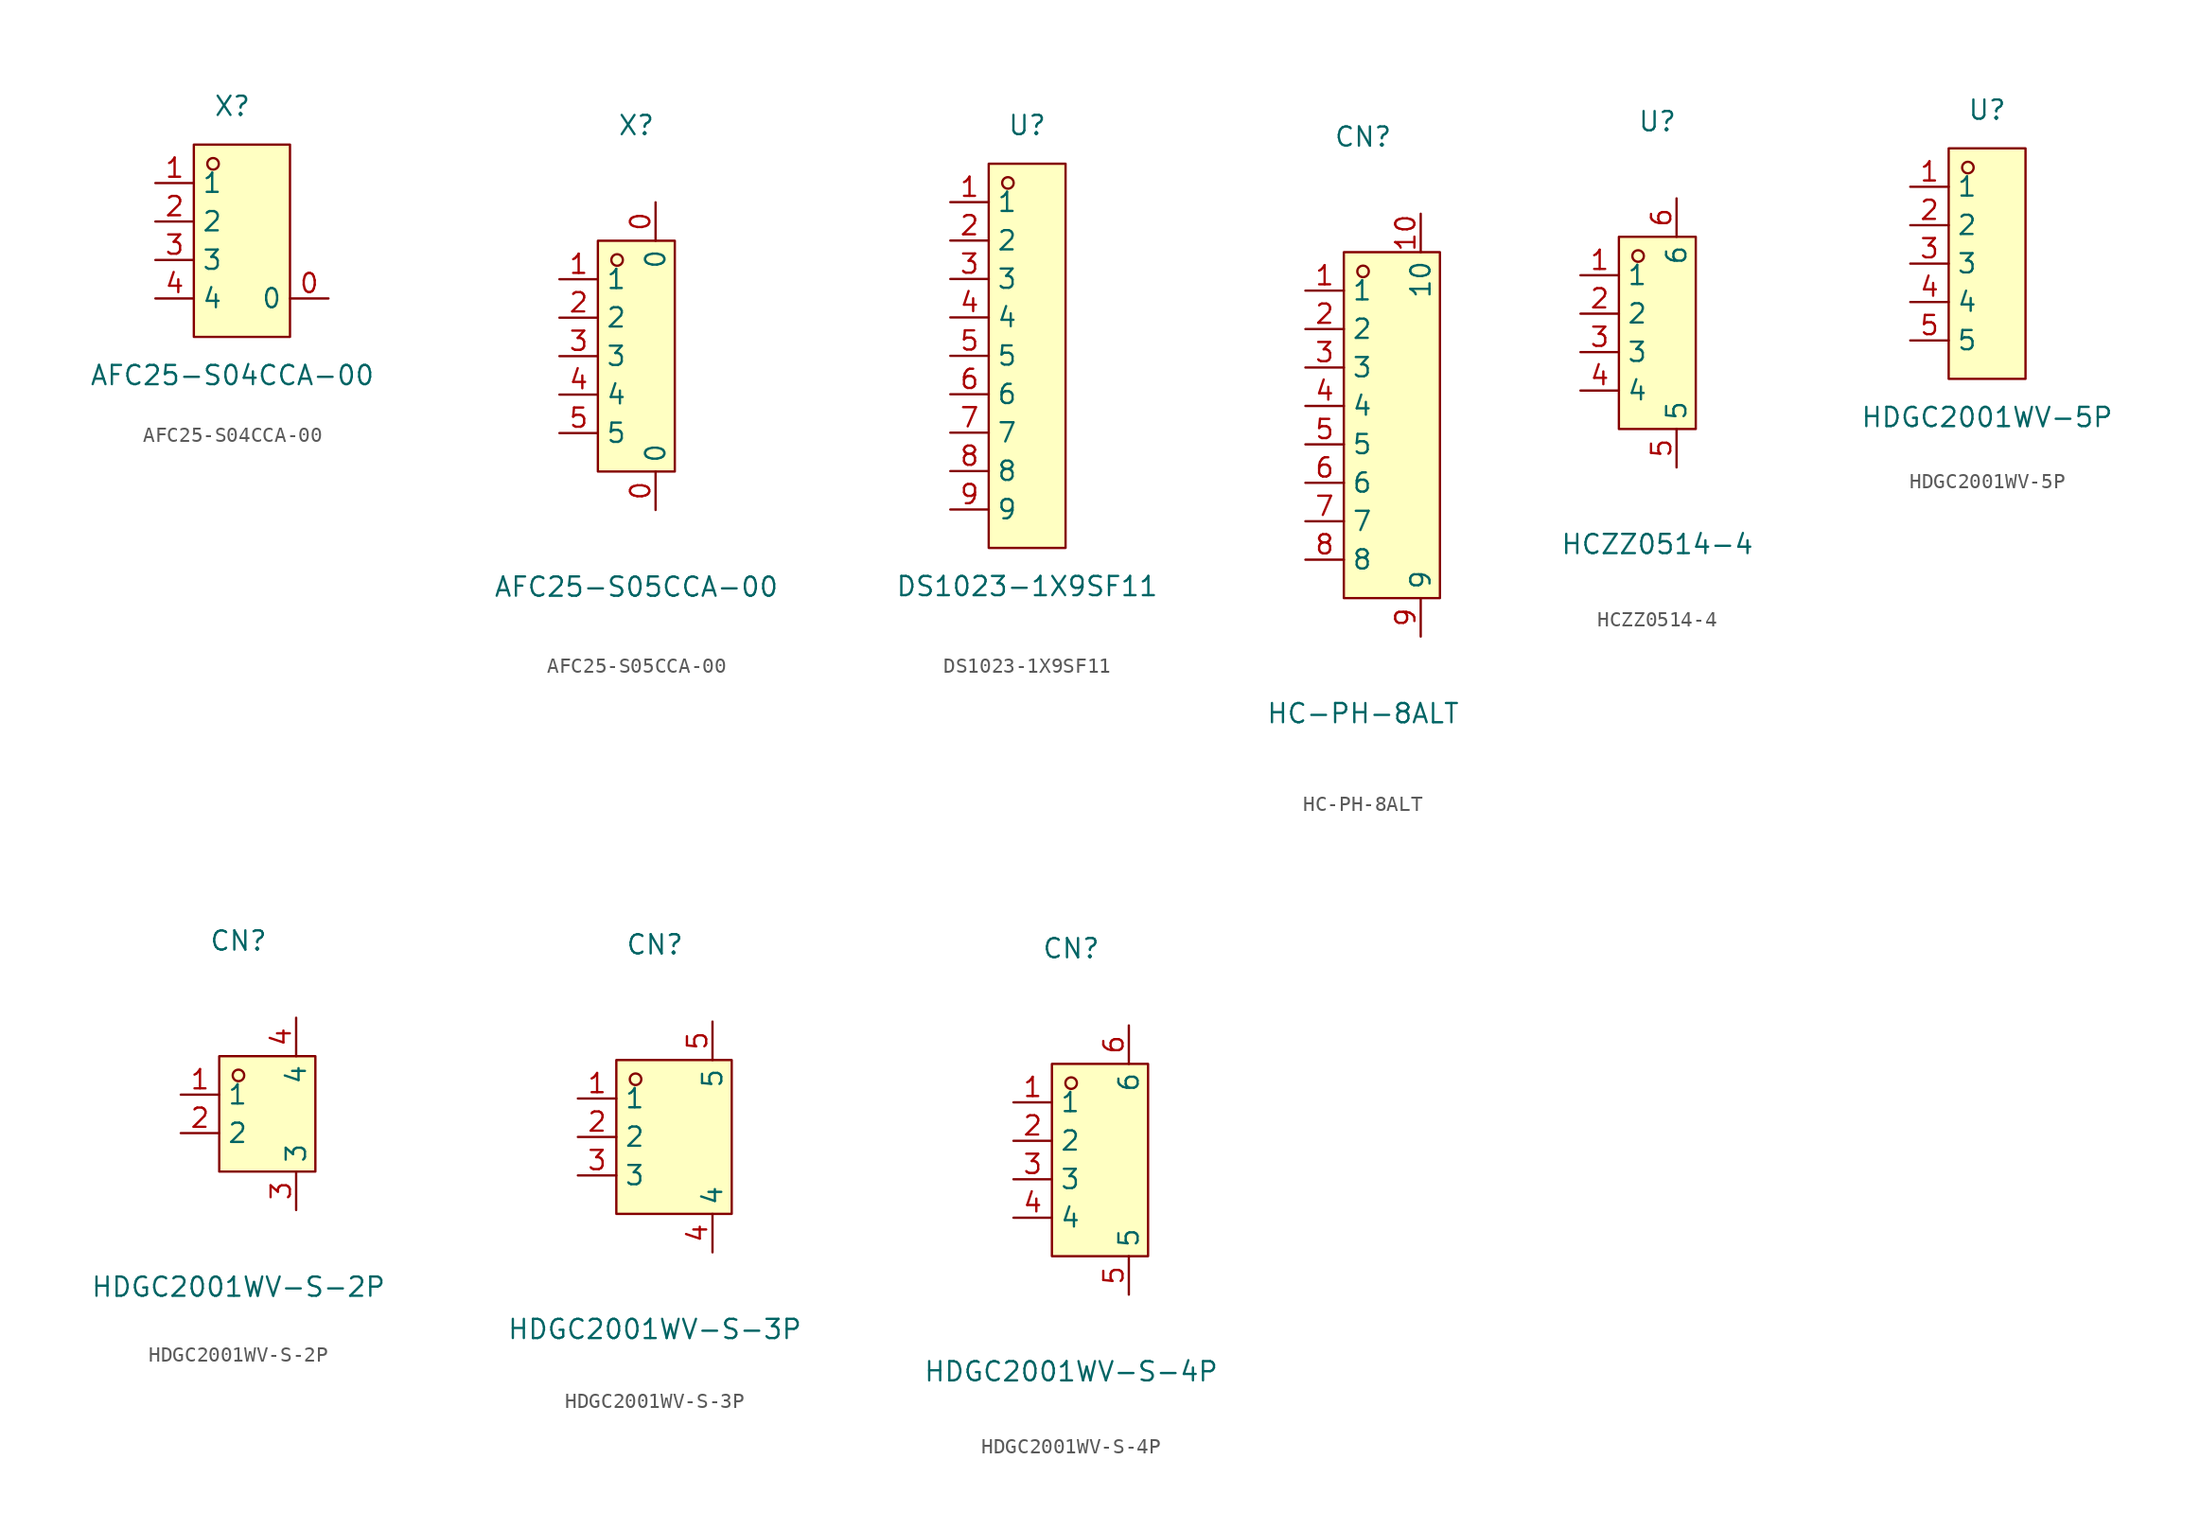
<source format=kicad_sym>
(kicad_symbol_lib
  (version 20231120)
  (generator "kicad_symbol_editor")
  (generator_version "8.0")
  (symbol "AFC25-S04CCA-00"
    (property "Reference" "X"
      (at 0 10.16 0)
      (effects (font (size 1.27 1.27))))
    (property "Value" "AFC25-S04CCA-00"
      (at 0 -7.62 0)
      (effects (font (size 1.27 1.27))))
    (symbol "AFC25-S04CCA-00_0_1"
      (rectangle (start -2.54 7.62) (end 3.81 -5.08) (stroke (width 0) (type default) (color 0 0 0 0)) (fill (type background)))
      (circle (center -1.27 6.35) (radius 0.38) (stroke (width 0) (type default) (color 0 0 0 0)) (fill (type none)))
      (pin unspecified line (at -5.08 5.08 0) (length 2.54) (name "1" (effects (font (size 1.27 1.27)))) (number "1" (effects (font (size 1.27 1.27)))))
      (pin unspecified line (at -5.08 2.54 0) (length 2.54) (name "2" (effects (font (size 1.27 1.27)))) (number "2" (effects (font (size 1.27 1.27)))))
      (pin unspecified line (at -5.08 -0.00 0) (length 2.54) (name "3" (effects (font (size 1.27 1.27)))) (number "3" (effects (font (size 1.27 1.27)))))
      (pin unspecified line (at -5.08 -2.54 0) (length 2.54) (name "4" (effects (font (size 1.27 1.27)))) (number "4" (effects (font (size 1.27 1.27)))))
      (pin unspecified line (at 6.35 -2.54 180) (length 2.54) (name "0" (effects (font (size 1.27 1.27)))) (number "0" (effects (font (size 1.27 1.27)))))))
  (symbol "AFC25-S05CCA-00"
    (property "Reference" "X"
      (at 0 15.24 0)
      (effects (font (size 1.27 1.27))))
    (property "Value" "AFC25-S05CCA-00"
      (at 0 -15.24 0)
      (effects (font (size 1.27 1.27))))
    (symbol "AFC25-S05CCA-00_0_1"
      (rectangle (start -2.54 7.62) (end 2.54 -7.62) (stroke (width 0) (type default)) (fill (type background)))
      (circle (center -1.27 6.35) (radius 0.38) (stroke (width 0) (type default)) (fill (type none)))
      (pin unspecified line (at 1.27 -10.16 90) (length 2.54) (name "0" (effects (font (size 1.27 1.27)))) (number "0" (effects (font (size 1.27 1.27)))))
      (pin unspecified line (at 1.27 10.16 270) (length 2.54) (name "0" (effects (font (size 1.27 1.27)))) (number "0" (effects (font (size 1.27 1.27)))))
      (pin unspecified line (at -5.08 5.08 0) (length 2.54) (name "1" (effects (font (size 1.27 1.27)))) (number "1" (effects (font (size 1.27 1.27)))))
      (pin unspecified line (at -5.08 2.54 0) (length 2.54) (name "2" (effects (font (size 1.27 1.27)))) (number "2" (effects (font (size 1.27 1.27)))))
      (pin unspecified line (at -5.08 0 0) (length 2.54) (name "3" (effects (font (size 1.27 1.27)))) (number "3" (effects (font (size 1.27 1.27)))))
      (pin unspecified line (at -5.08 -2.54 0) (length 2.54) (name "4" (effects (font (size 1.27 1.27)))) (number "4" (effects (font (size 1.27 1.27)))))
      (pin unspecified line (at -5.08 -5.08 0) (length 2.54) (name "5" (effects (font (size 1.27 1.27)))) (number "5" (effects (font (size 1.27 1.27)))))))
  (symbol "DS1023-1X9SF11"
    (property "Reference" "U"
      (at 0 15.24 0)
      (effects (font (size 1.27 1.27))))
    (property "Value" "DS1023-1X9SF11"
      (at 0 -15.24 0)
      (effects (font (size 1.27 1.27))))
    (symbol "DS1023-1X9SF11_0_1"
      (rectangle (start -2.54 12.70) (end 2.54 -12.70) (stroke (width 0) (type default) (color 0 0 0 0)) (fill (type background)))
      (circle (center -1.27 11.43) (radius 0.38) (stroke (width 0) (type default) (color 0 0 0 0)) (fill (type none)))
      (pin unspecified line (at -5.08 10.16 0) (length 2.54) (name "1" (effects (font (size 1.27 1.27)))) (number "1" (effects (font (size 1.27 1.27)))))
      (pin unspecified line (at -5.08 7.62 0) (length 2.54) (name "2" (effects (font (size 1.27 1.27)))) (number "2" (effects (font (size 1.27 1.27)))))
      (pin unspecified line (at -5.08 5.08 0) (length 2.54) (name "3" (effects (font (size 1.27 1.27)))) (number "3" (effects (font (size 1.27 1.27)))))
      (pin unspecified line (at -5.08 2.54 0) (length 2.54) (name "4" (effects (font (size 1.27 1.27)))) (number "4" (effects (font (size 1.27 1.27)))))
      (pin unspecified line (at -5.08 -0.00 0) (length 2.54) (name "5" (effects (font (size 1.27 1.27)))) (number "5" (effects (font (size 1.27 1.27)))))
      (pin unspecified line (at -5.08 -2.54 0) (length 2.54) (name "6" (effects (font (size 1.27 1.27)))) (number "6" (effects (font (size 1.27 1.27)))))
      (pin unspecified line (at -5.08 -5.08 0) (length 2.54) (name "7" (effects (font (size 1.27 1.27)))) (number "7" (effects (font (size 1.27 1.27)))))
      (pin unspecified line (at -5.08 -7.62 0) (length 2.54) (name "8" (effects (font (size 1.27 1.27)))) (number "8" (effects (font (size 1.27 1.27)))))
      (pin unspecified line (at -5.08 -10.16 0) (length 2.54) (name "9" (effects (font (size 1.27 1.27)))) (number "9" (effects (font (size 1.27 1.27)))))))
  (symbol "HC-PH-8ALT"
    (property "Reference" "CN"
      (at 0 19.05 0)
      (effects (font (size 1.27 1.27))))
    (property "Value" "HC-PH-8ALT"
      (at 0 -19.05 0)
      (effects (font (size 1.27 1.27))))
    (symbol "HC-PH-8ALT_0_1"
      (rectangle (start -1.27 11.43) (end 5.08 -11.43) (stroke (width 0) (type default)) (fill (type background)))
      (circle (center 0 10.16) (radius 0.38) (stroke (width 0) (type default)) (fill (type none)))
      (pin unspecified line (at -3.81 8.89 0) (length 2.54) (name "1" (effects (font (size 1.27 1.27)))) (number "1" (effects (font (size 1.27 1.27)))))
      (pin unspecified line (at 3.81 13.97 270) (length 2.54) (name "10" (effects (font (size 1.27 1.27)))) (number "10" (effects (font (size 1.27 1.27)))))
      (pin unspecified line (at -3.81 6.35 0) (length 2.54) (name "2" (effects (font (size 1.27 1.27)))) (number "2" (effects (font (size 1.27 1.27)))))
      (pin unspecified line (at -3.81 3.81 0) (length 2.54) (name "3" (effects (font (size 1.27 1.27)))) (number "3" (effects (font (size 1.27 1.27)))))
      (pin unspecified line (at -3.81 1.27 0) (length 2.54) (name "4" (effects (font (size 1.27 1.27)))) (number "4" (effects (font (size 1.27 1.27)))))
      (pin unspecified line (at -3.81 -1.27 0) (length 2.54) (name "5" (effects (font (size 1.27 1.27)))) (number "5" (effects (font (size 1.27 1.27)))))
      (pin unspecified line (at -3.81 -3.81 0) (length 2.54) (name "6" (effects (font (size 1.27 1.27)))) (number "6" (effects (font (size 1.27 1.27)))))
      (pin unspecified line (at -3.81 -6.35 0) (length 2.54) (name "7" (effects (font (size 1.27 1.27)))) (number "7" (effects (font (size 1.27 1.27)))))
      (pin unspecified line (at -3.81 -8.89 0) (length 2.54) (name "8" (effects (font (size 1.27 1.27)))) (number "8" (effects (font (size 1.27 1.27)))))
      (pin unspecified line (at 3.81 -13.97 90) (length 2.54) (name "9" (effects (font (size 1.27 1.27)))) (number "9" (effects (font (size 1.27 1.27)))))))
  (symbol "HCZZ0514-4"
    (property "Reference" "U"
      (at 0 13.97 0)
      (effects (font (size 1.27 1.27))))
    (property "Value" "HCZZ0514-4"
      (at 0 -13.97 0)
      (effects (font (size 1.27 1.27))))
    (symbol "HCZZ0514-4_0_1"
      (rectangle (start -2.54 6.35) (end 2.54 -6.35) (stroke (width 0) (type default) (color 0 0 0 0)) (fill (type background)))
      (circle (center -1.27 5.08) (radius 0.38) (stroke (width 0) (type default) (color 0 0 0 0)) (fill (type none)))
      (pin unspecified line (at -5.08 3.81 0) (length 2.54) (name "1" (effects (font (size 1.27 1.27)))) (number "1" (effects (font (size 1.27 1.27)))))
      (pin unspecified line (at -5.08 1.27 0) (length 2.54) (name "2" (effects (font (size 1.27 1.27)))) (number "2" (effects (font (size 1.27 1.27)))))
      (pin unspecified line (at -5.08 -1.27 0) (length 2.54) (name "3" (effects (font (size 1.27 1.27)))) (number "3" (effects (font (size 1.27 1.27)))))
      (pin unspecified line (at -5.08 -3.81 0) (length 2.54) (name "4" (effects (font (size 1.27 1.27)))) (number "4" (effects (font (size 1.27 1.27)))))
      (pin unspecified line (at 1.27 -8.89 90) (length 2.54) (name "5" (effects (font (size 1.27 1.27)))) (number "5" (effects (font (size 1.27 1.27)))))
      (pin unspecified line (at 1.27 8.89 270) (length 2.54) (name "6" (effects (font (size 1.27 1.27)))) (number "6" (effects (font (size 1.27 1.27)))))))
  (symbol "HDGC2001WV-5P"
    (property "Reference" "U"
      (at 0 10.16 0)
      (effects (font (size 1.27 1.27))))
    (property "Value" "HDGC2001WV-5P"
      (at 0 -10.16 0)
      (effects (font (size 1.27 1.27))))
    (symbol "HDGC2001WV-5P_0_1"
      (rectangle (start -2.54 7.62) (end 2.54 -7.62) (stroke (width 0) (type default) (color 0 0 0 0)) (fill (type background)))
      (circle (center -1.27 6.35) (radius 0.38) (stroke (width 0) (type default) (color 0 0 0 0)) (fill (type none)))
      (pin unspecified line (at -5.08 5.08 0) (length 2.54) (name "1" (effects (font (size 1.27 1.27)))) (number "1" (effects (font (size 1.27 1.27)))))
      (pin unspecified line (at -5.08 2.54 0) (length 2.54) (name "2" (effects (font (size 1.27 1.27)))) (number "2" (effects (font (size 1.27 1.27)))))
      (pin unspecified line (at -5.08 -0.00 0) (length 2.54) (name "3" (effects (font (size 1.27 1.27)))) (number "3" (effects (font (size 1.27 1.27)))))
      (pin unspecified line (at -5.08 -2.54 0) (length 2.54) (name "4" (effects (font (size 1.27 1.27)))) (number "4" (effects (font (size 1.27 1.27)))))
      (pin unspecified line (at -5.08 -5.08 0) (length 2.54) (name "5" (effects (font (size 1.27 1.27)))) (number "5" (effects (font (size 1.27 1.27)))))))
  (symbol "HDGC2001WV-S-2P"
    (property "Reference" "CN"
      (at 0 11.43 0)
      (effects (font (size 1.27 1.27))))
    (property "Value" "HDGC2001WV-S-2P"
      (at 0 -11.43 0)
      (effects (font (size 1.27 1.27))))
    (symbol "HDGC2001WV-S-2P_0_1"
      (rectangle (start -1.27 3.81) (end 5.08 -3.81) (stroke (width 0) (type default)) (fill (type background)))
      (circle (center 0 2.54) (radius 0.38) (stroke (width 0) (type default)) (fill (type none)))
      (pin unspecified line (at -3.81 1.27 0) (length 2.54) (name "1" (effects (font (size 1.27 1.27)))) (number "1" (effects (font (size 1.27 1.27)))))
      (pin unspecified line (at -3.81 -1.27 0) (length 2.54) (name "2" (effects (font (size 1.27 1.27)))) (number "2" (effects (font (size 1.27 1.27)))))
      (pin unspecified line (at 3.81 -6.35 90) (length 2.54) (name "3" (effects (font (size 1.27 1.27)))) (number "3" (effects (font (size 1.27 1.27)))))
      (pin unspecified line (at 3.81 6.35 270) (length 2.54) (name "4" (effects (font (size 1.27 1.27)))) (number "4" (effects (font (size 1.27 1.27)))))))
  (symbol "HDGC2001WV-S-3P"
    (property "Reference" "CN"
      (at 0 12.7 0)
      (effects (font (size 1.27 1.27))))
    (property "Value" "HDGC2001WV-S-3P"
      (at 0 -12.7 0)
      (effects (font (size 1.27 1.27))))
    (symbol "HDGC2001WV-S-3P_0_1"
      (rectangle (start -2.54 5.08) (end 5.08 -5.08) (stroke (width 0) (type default)) (fill (type background)))
      (circle (center -1.27 3.81) (radius 0.38) (stroke (width 0) (type default)) (fill (type none)))
      (pin unspecified line (at -5.08 2.54 0) (length 2.54) (name "1" (effects (font (size 1.27 1.27)))) (number "1" (effects (font (size 1.27 1.27)))))
      (pin unspecified line (at -5.08 0 0) (length 2.54) (name "2" (effects (font (size 1.27 1.27)))) (number "2" (effects (font (size 1.27 1.27)))))
      (pin unspecified line (at -5.08 -2.54 0) (length 2.54) (name "3" (effects (font (size 1.27 1.27)))) (number "3" (effects (font (size 1.27 1.27)))))
      (pin unspecified line (at 3.81 -7.62 90) (length 2.54) (name "4" (effects (font (size 1.27 1.27)))) (number "4" (effects (font (size 1.27 1.27)))))
      (pin unspecified line (at 3.81 7.62 270) (length 2.54) (name "5" (effects (font (size 1.27 1.27)))) (number "5" (effects (font (size 1.27 1.27)))))))
  (symbol "HDGC2001WV-S-4P"
    (property "Reference" "CN"
      (at 0 13.97 0)
      (effects (font (size 1.27 1.27))))
    (property "Value" "HDGC2001WV-S-4P"
      (at 0 -13.97 0)
      (effects (font (size 1.27 1.27))))
    (symbol "HDGC2001WV-S-4P_0_1"
      (rectangle (start -1.27 6.35) (end 5.08 -6.35) (stroke (width 0) (type default)) (fill (type background)))
      (circle (center 0 5.08) (radius 0.38) (stroke (width 0) (type default)) (fill (type none)))
      (pin unspecified line (at -3.81 3.81 0) (length 2.54) (name "1" (effects (font (size 1.27 1.27)))) (number "1" (effects (font (size 1.27 1.27)))))
      (pin unspecified line (at -3.81 1.27 0) (length 2.54) (name "2" (effects (font (size 1.27 1.27)))) (number "2" (effects (font (size 1.27 1.27)))))
      (pin unspecified line (at -3.81 -1.27 0) (length 2.54) (name "3" (effects (font (size 1.27 1.27)))) (number "3" (effects (font (size 1.27 1.27)))))
      (pin unspecified line (at -3.81 -3.81 0) (length 2.54) (name "4" (effects (font (size 1.27 1.27)))) (number "4" (effects (font (size 1.27 1.27)))))
      (pin unspecified line (at 3.81 -8.89 90) (length 2.54) (name "5" (effects (font (size 1.27 1.27)))) (number "5" (effects (font (size 1.27 1.27)))))
      (pin unspecified line (at 3.81 8.89 270) (length 2.54) (name "6" (effects (font (size 1.27 1.27)))) (number "6" (effects (font (size 1.27 1.27))))))))
</source>
